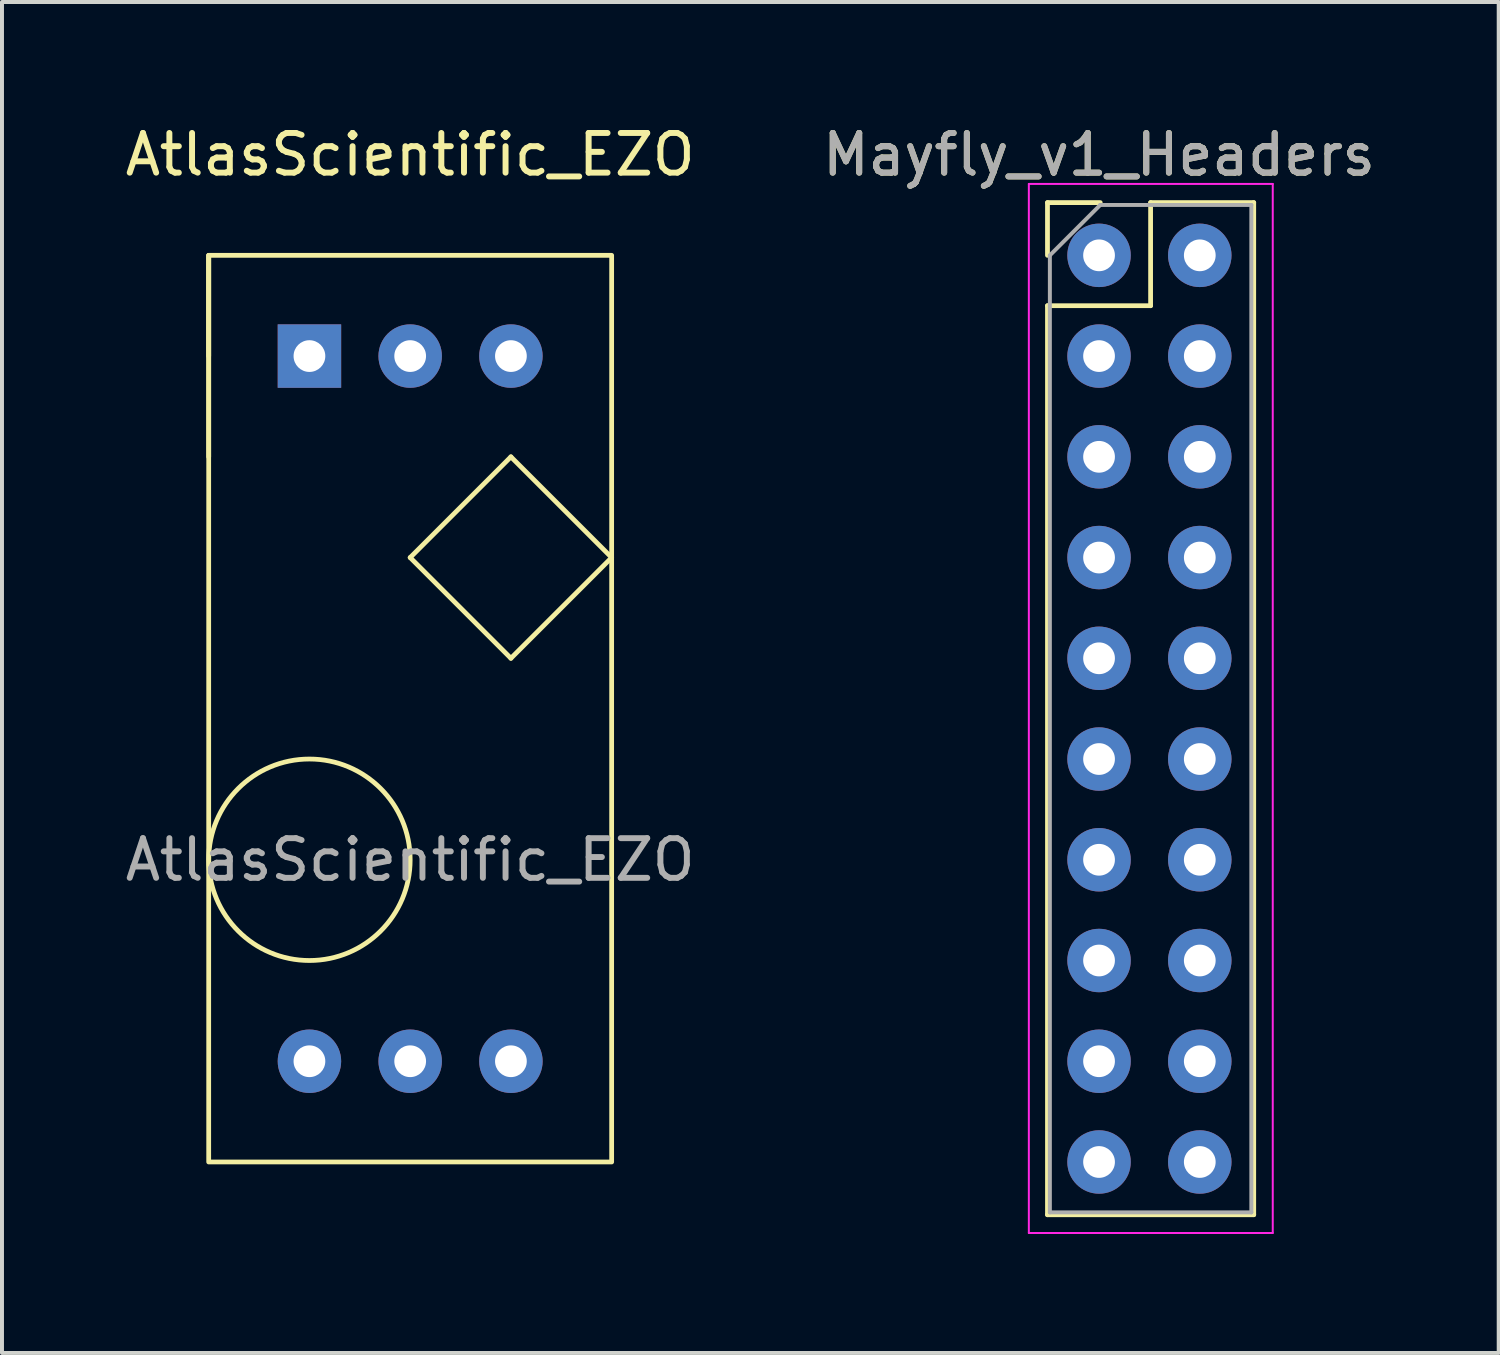
<source format=kicad_pcb>
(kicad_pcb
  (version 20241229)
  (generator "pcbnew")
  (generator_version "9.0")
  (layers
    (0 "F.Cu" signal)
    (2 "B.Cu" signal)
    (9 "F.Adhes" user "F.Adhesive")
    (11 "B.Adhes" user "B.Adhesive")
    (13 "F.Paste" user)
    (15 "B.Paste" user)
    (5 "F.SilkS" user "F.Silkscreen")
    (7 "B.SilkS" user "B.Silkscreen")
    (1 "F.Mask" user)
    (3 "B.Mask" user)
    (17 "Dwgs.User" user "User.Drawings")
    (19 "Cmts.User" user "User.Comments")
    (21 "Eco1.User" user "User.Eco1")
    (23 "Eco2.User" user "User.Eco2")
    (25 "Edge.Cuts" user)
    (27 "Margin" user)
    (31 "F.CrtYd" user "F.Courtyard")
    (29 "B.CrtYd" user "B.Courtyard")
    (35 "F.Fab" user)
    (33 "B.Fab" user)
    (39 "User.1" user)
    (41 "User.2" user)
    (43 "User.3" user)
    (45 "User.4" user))
  (footprint "Mayfly_v1_Headers"
    (layer "F.Cu")
    (at 24.661 3.388)
    (property "Reference" "Mayfly_v1_Headers" (at 0 -2.54 0) (unlocked yes) (layer "F.SilkS") (effects (font (size 1 1) (thickness 0.15))))
    (attr through_hole)
    (fp_line (start -1.3 -1.33) (end 0.03 -1.33) (stroke (width 0.12) (type solid)) (layer "F.SilkS"))
    (fp_line (start -1.3 0) (end -1.3 -1.33) (stroke (width 0.12) (type solid)) (layer "F.SilkS"))
    (fp_line (start -1.3 1.27) (end -1.3 24.19) (stroke (width 0.12) (type solid)) (layer "F.SilkS"))
    (fp_line (start -1.3 1.27) (end 1.3 1.27) (stroke (width 0.12) (type solid)) (layer "F.SilkS"))
    (fp_line (start -1.3 24.19) (end 3.9 24.19) (stroke (width 0.12) (type solid)) (layer "F.SilkS"))
    (fp_line (start 1.3 -1.33) (end 3.9 -1.33) (stroke (width 0.12) (type solid)) (layer "F.SilkS"))
    (fp_line (start 1.3 1.27) (end 1.3 -1.33) (stroke (width 0.12) (type solid)) (layer "F.SilkS"))
    (fp_line (start 3.9 -1.33) (end 3.9 24.19) (stroke (width 0.12) (type solid)) (layer "F.SilkS"))
    (fp_line (start -1.77 -1.8) (end -1.77 24.65) (stroke (width 0.05) (type solid)) (layer "F.CrtYd"))
    (fp_line (start -1.77 24.65) (end 4.38 24.65) (stroke (width 0.05) (type solid)) (layer "F.CrtYd"))
    (fp_line (start 4.38 -1.8) (end -1.77 -1.8) (stroke (width 0.05) (type solid)) (layer "F.CrtYd"))
    (fp_line (start 4.38 24.65) (end 4.38 -1.8) (stroke (width 0.05) (type solid)) (layer "F.CrtYd"))
    (fp_line (start -1.24 0) (end 0.03 -1.27) (stroke (width 0.1) (type solid)) (layer "F.Fab"))
    (fp_line (start -1.24 24.13) (end -1.24 0) (stroke (width 0.1) (type solid)) (layer "F.Fab"))
    (fp_line (start 0.03 -1.27) (end 3.84 -1.27) (stroke (width 0.1) (type solid)) (layer "F.Fab"))
    (fp_line (start 3.84 -1.27) (end 3.84 24.13) (stroke (width 0.1) (type solid)) (layer "F.Fab"))
    (fp_line (start 3.84 24.13) (end -1.24 24.13) (stroke (width 0.1) (type solid)) (layer "F.Fab"))
    (fp_text user "${REFERENCE}" (at 0 -2.54 0) (unlocked yes) (layer "F.Fab") (effects (font (size 1 1) (thickness 0.15))))
    (pad "1" thru_hole circle (at 0 0) (size 1.6 1.6) (drill 0.8) (layers "*.Cu" "*.Mask"))
    (pad "2" thru_hole circle (at 0 2.54) (size 1.6 1.6) (drill 0.8) (layers "*.Cu" "*.Mask"))
    (pad "3" thru_hole circle (at 0 5.08) (size 1.6 1.6) (drill 0.8) (layers "*.Cu" "*.Mask"))
    (pad "4" thru_hole circle (at 0 7.62) (size 1.6 1.6) (drill 0.8) (layers "*.Cu" "*.Mask"))
    (pad "5" thru_hole circle (at 0 10.16) (size 1.6 1.6) (drill 0.8) (layers "*.Cu" "*.Mask"))
    (pad "6" thru_hole circle (at 0 12.7) (size 1.6 1.6) (drill 0.8) (layers "*.Cu" "*.Mask"))
    (pad "7" thru_hole circle (at 0 15.24) (size 1.6 1.6) (drill 0.8) (layers "*.Cu" "*.Mask"))
    (pad "8" thru_hole circle (at 0 17.78) (size 1.6 1.6) (drill 0.8) (layers "*.Cu" "*.Mask"))
    (pad "9" thru_hole circle (at 0 20.32) (size 1.6 1.6) (drill 0.8) (layers "*.Cu" "*.Mask"))
    (pad "10" thru_hole circle (at 0 22.86) (size 1.6 1.6) (drill 0.8) (layers "*.Cu" "*.Mask"))
    (pad "11" thru_hole circle (at 2.54 22.86) (size 1.6 1.6) (drill 0.8) (layers "*.Cu" "*.Mask"))
    (pad "12" thru_hole circle (at 2.54 20.32) (size 1.6 1.6) (drill 0.8) (layers "*.Cu" "*.Mask"))
    (pad "13" thru_hole circle (at 2.54 17.78) (size 1.6 1.6) (drill 0.8) (layers "*.Cu" "*.Mask"))
    (pad "14" thru_hole circle (at 2.54 15.24) (size 1.6 1.6) (drill 0.8) (layers "*.Cu" "*.Mask"))
    (pad "15" thru_hole circle (at 2.54 12.7) (size 1.6 1.6) (drill 0.8) (layers "*.Cu" "*.Mask"))
    (pad "16" thru_hole circle (at 2.54 10.16) (size 1.6 1.6) (drill 0.8) (layers "*.Cu" "*.Mask"))
    (pad "17" thru_hole circle (at 2.54 7.62) (size 1.6 1.6) (drill 0.8) (layers "*.Cu" "*.Mask"))
    (pad "18" thru_hole circle (at 2.54 5.08) (size 1.6 1.6) (drill 0.8) (layers "*.Cu" "*.Mask"))
    (pad "19" thru_hole circle (at 2.54 2.54) (size 1.6 1.6) (drill 0.8) (layers "*.Cu" "*.Mask"))
    (pad "20" thru_hole circle (at 2.54 0) (size 1.6 1.6) (drill 0.8) (layers "*.Cu" "*.Mask")))
  (footprint "AtlasScientific_EZO"
    (layer "F.Cu")
    (at 7.292 5.928)
    (property "Reference" "AtlasScientific_EZO" (at 0 -5.08 0) (unlocked yes) (layer "F.SilkS") (effects (font (size 1 1) (thickness 0.15))))
    (attr through_hole)
    (fp_line (start -5.08 -2.54) (end -5.08 0) (stroke (width 0.12) (type solid)) (layer "F.SilkS"))
    (fp_line (start -5.08 -2.54) (end -5.08 2.54) (stroke (width 0.12) (type solid)) (layer "F.SilkS"))
    (fp_line (start 0 5.08) (end 2.54 7.62) (stroke (width 0.12) (type solid)) (layer "F.SilkS"))
    (fp_line (start 2.54 2.54) (end 0 5.08) (stroke (width 0.12) (type solid)) (layer "F.SilkS"))
    (fp_line (start 2.54 7.62) (end 5.08 5.08) (stroke (width 0.12) (type solid)) (layer "F.SilkS"))
    (fp_line (start 5.08 5.08) (end 2.54 2.54) (stroke (width 0.12) (type solid)) (layer "F.SilkS"))
    (fp_rect (start -5.08 -2.54) (end 5.08 20.32) (stroke (width 0.12) (type solid)) (fill no) (layer "F.SilkS"))
    (fp_circle (center -2.54 12.7) (end 0 12.7) (stroke (width 0.12) (type solid)) (fill no) (layer "F.SilkS"))
    (fp_text user "${REFERENCE}" (at 0 12.7 0) (unlocked yes) (layer "F.Fab") (effects (font (size 1 1) (thickness 0.15))))
    (pad "1" thru_hole circle (at 2.54 0) (size 1.6 1.6) (drill 0.8) (layers "*.Cu" "*.Mask"))
    (pad "2" thru_hole circle (at 0 0) (size 1.6 1.6) (drill 0.8) (layers "*.Cu" "*.Mask"))
    (pad "3" thru_hole rect (at -2.54 0) (size 1.6 1.6) (drill 0.8) (layers "*.Cu" "*.Mask"))
    (pad "4" thru_hole circle (at -2.54 17.78) (size 1.6 1.6) (drill 0.8) (layers "*.Cu" "*.Mask"))
    (pad "5" thru_hole circle (at 0 17.78) (size 1.6 1.6) (drill 0.8) (layers "*.Cu" "*.Mask"))
    (pad "6" thru_hole circle (at 2.54 17.78) (size 1.6 1.6) (drill 0.8) (layers "*.Cu" "*.Mask")))
  (gr_rect
    (start -3 -3)
    (end 34.738 31.063)
    (stroke (width 0.1) (type default))
    (fill no)
    (layer "Edge.Cuts")))
</source>
